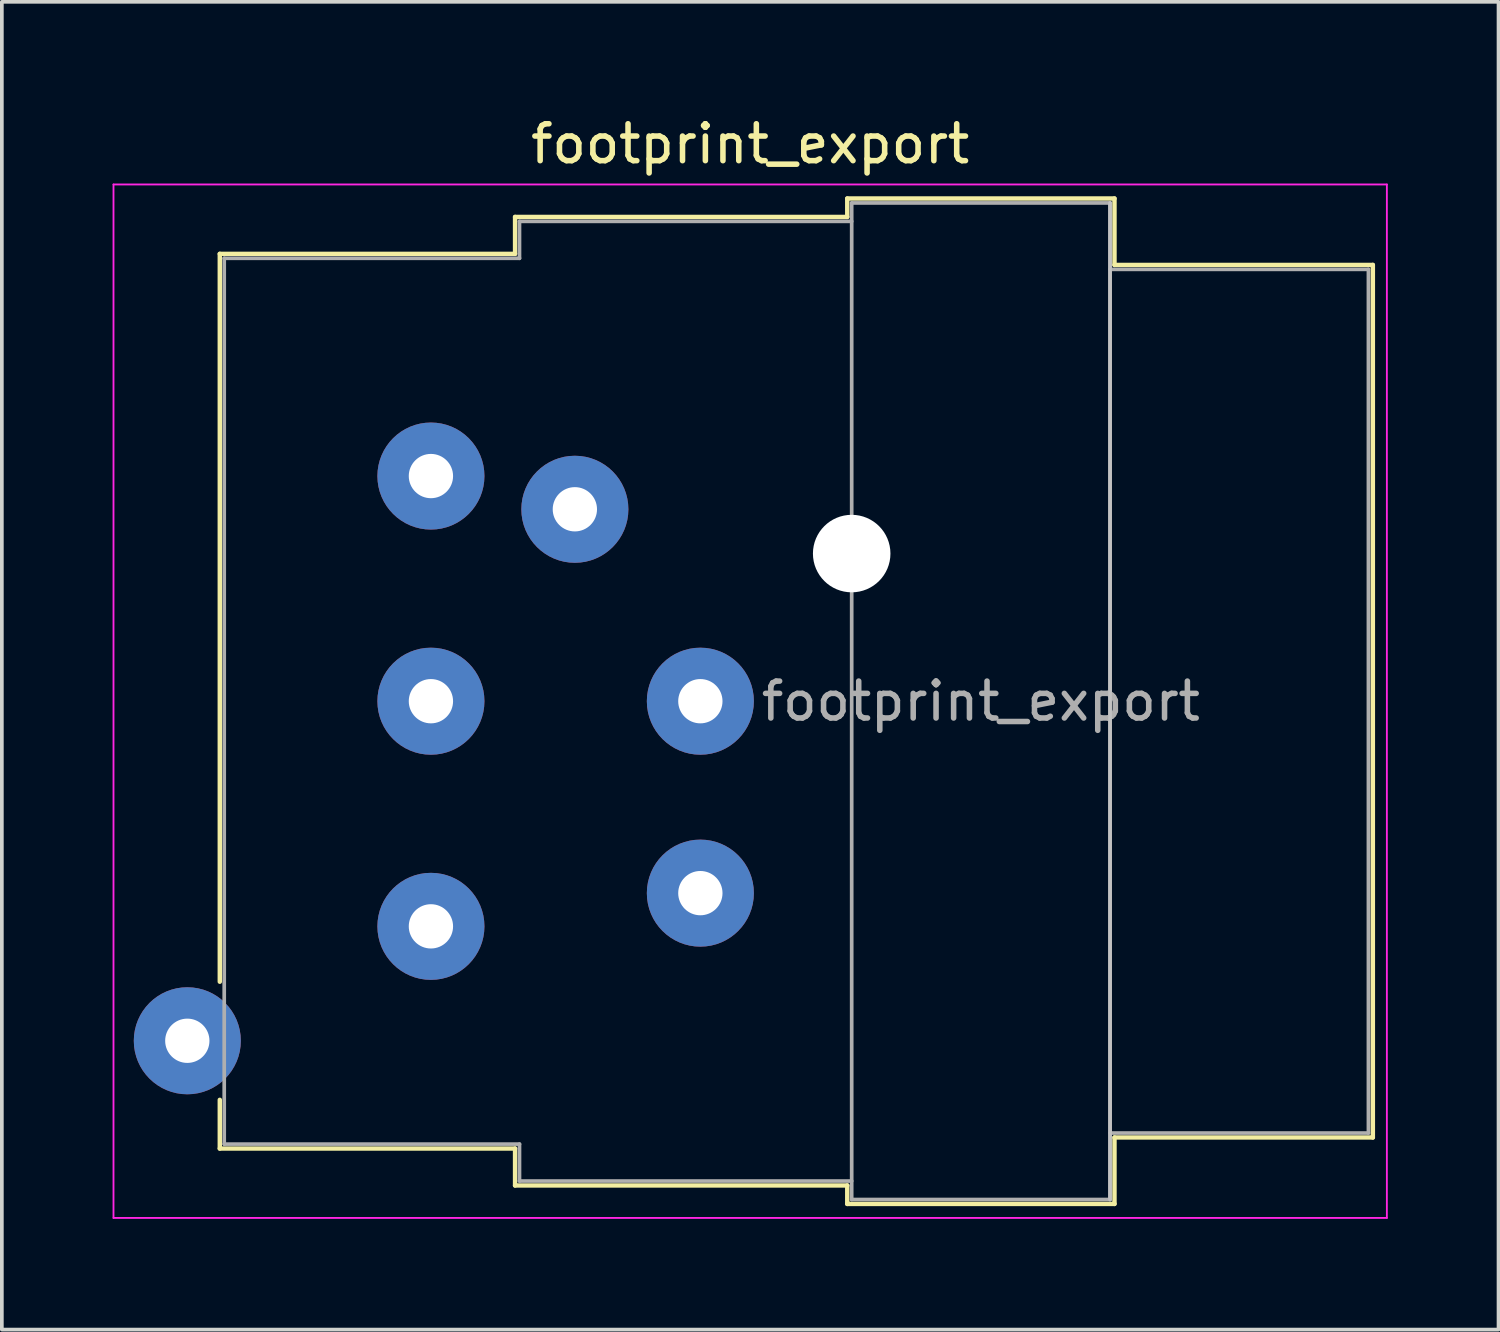
<source format=kicad_pcb>
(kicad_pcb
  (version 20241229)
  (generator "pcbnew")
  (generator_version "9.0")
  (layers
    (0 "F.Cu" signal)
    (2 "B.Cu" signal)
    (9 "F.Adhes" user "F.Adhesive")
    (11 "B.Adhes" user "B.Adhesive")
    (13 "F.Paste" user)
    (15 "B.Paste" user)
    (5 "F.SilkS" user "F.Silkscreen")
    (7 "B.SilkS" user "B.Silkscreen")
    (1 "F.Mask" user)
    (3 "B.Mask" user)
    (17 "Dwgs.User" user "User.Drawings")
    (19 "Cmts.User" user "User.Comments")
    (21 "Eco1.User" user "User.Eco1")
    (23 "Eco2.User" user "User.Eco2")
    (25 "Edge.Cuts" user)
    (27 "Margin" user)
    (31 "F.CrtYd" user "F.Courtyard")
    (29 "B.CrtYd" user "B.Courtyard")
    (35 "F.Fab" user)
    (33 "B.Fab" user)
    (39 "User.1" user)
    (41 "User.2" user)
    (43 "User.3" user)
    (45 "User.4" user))
  (footprint "footprint_export"
    (layer "F.Cu")
    (at 8.625 9.848)
    (property "Reference" "footprint_export" (at 8.65 -9 0) (layer "F.SilkS") (effects (font (size 1 1) (thickness 0.15))))
    (attr through_hole)
    (fp_line (start -5.72 -6.02) (end -5.72 13.7) (stroke (width 0.12) (type solid)) (layer "F.SilkS"))
    (fp_line (start -5.72 16.9) (end -5.72 18.22) (stroke (width 0.12) (type solid)) (layer "F.SilkS"))
    (fp_line (start 2.28 -7.02) (end 2.28 -6.02) (stroke (width 0.12) (type solid)) (layer "F.SilkS"))
    (fp_line (start 2.28 -6.02) (end -5.72 -6.02) (stroke (width 0.12) (type solid)) (layer "F.SilkS"))
    (fp_line (start 2.28 18.22) (end -5.72 18.22) (stroke (width 0.12) (type solid)) (layer "F.SilkS"))
    (fp_line (start 2.28 19.22) (end 2.28 18.22) (stroke (width 0.12) (type solid)) (layer "F.SilkS"))
    (fp_line (start 11.28 -7.02) (end 2.28 -7.02) (stroke (width 0.12) (type solid)) (layer "F.SilkS"))
    (fp_line (start 11.28 -7.02) (end 11.28 -7.52) (stroke (width 0.12) (type solid)) (layer "F.SilkS"))
    (fp_line (start 11.28 19.22) (end 2.28 19.22) (stroke (width 0.12) (type solid)) (layer "F.SilkS"))
    (fp_line (start 11.28 19.72) (end 11.28 19.22) (stroke (width 0.12) (type solid)) (layer "F.SilkS"))
    (fp_line (start 18.52 -7.52) (end 11.28 -7.52) (stroke (width 0.12) (type solid)) (layer "F.SilkS"))
    (fp_line (start 18.52 -7.52) (end 18.52 -5.72) (stroke (width 0.12) (type solid)) (layer "F.SilkS"))
    (fp_line (start 18.52 -5.72) (end 25.52 -5.72) (stroke (width 0.12) (type solid)) (layer "F.SilkS"))
    (fp_line (start 18.52 17.92) (end 18.52 19.72) (stroke (width 0.12) (type solid)) (layer "F.SilkS"))
    (fp_line (start 18.52 17.92) (end 25.52 17.92) (stroke (width 0.12) (type solid)) (layer "F.SilkS"))
    (fp_line (start 18.52 19.72) (end 11.28 19.72) (stroke (width 0.12) (type solid)) (layer "F.SilkS"))
    (fp_line (start 25.52 -5.72) (end 25.52 17.92) (stroke (width 0.12) (type solid)) (layer "F.SilkS"))
    (fp_line (start 18.4 -7.4) (end 18.4 19.6) (stroke (width 0.1) (type solid)) (layer "Dwgs.User"))
    (fp_line (start -8.6 -7.9) (end -8.6 20.1) (stroke (width 0.05) (type solid)) (layer "F.CrtYd"))
    (fp_line (start 25.9 -7.9) (end -8.6 -7.9) (stroke (width 0.05) (type solid)) (layer "F.CrtYd"))
    (fp_line (start 25.9 -7.9) (end 25.9 20.1) (stroke (width 0.05) (type solid)) (layer "F.CrtYd"))
    (fp_line (start 25.9 20.1) (end -8.6 20.1) (stroke (width 0.05) (type solid)) (layer "F.CrtYd"))
    (fp_line (start -5.6 -5.9) (end -5.6 18.1) (stroke (width 0.1) (type solid)) (layer "F.Fab"))
    (fp_line (start -5.6 18.1) (end 2.4 18.1) (stroke (width 0.1) (type solid)) (layer "F.Fab"))
    (fp_line (start 2.4 -6.9) (end 2.4 -5.9) (stroke (width 0.1) (type solid)) (layer "F.Fab"))
    (fp_line (start 2.4 -5.9) (end -5.6 -5.9) (stroke (width 0.1) (type solid)) (layer "F.Fab"))
    (fp_line (start 2.4 18.1) (end 2.4 19.1) (stroke (width 0.1) (type solid)) (layer "F.Fab"))
    (fp_line (start 2.4 19.1) (end 11.4 19.1) (stroke (width 0.1) (type solid)) (layer "F.Fab"))
    (fp_line (start 11.4 -7.4) (end 18.4 -7.4) (stroke (width 0.1) (type solid)) (layer "F.Fab"))
    (fp_line (start 11.4 -6.9) (end 2.4 -6.9) (stroke (width 0.1) (type solid)) (layer "F.Fab"))
    (fp_line (start 11.4 19.6) (end 11.4 -7.4) (stroke (width 0.1) (type solid)) (layer "F.Fab"))
    (fp_line (start 18.4 -7.4) (end 18.4 19.6) (stroke (width 0.1) (type solid)) (layer "F.Fab"))
    (fp_line (start 18.4 -5.6) (end 25.4 -5.6) (stroke (width 0.1) (type solid)) (layer "F.Fab"))
    (fp_line (start 18.4 19.6) (end 11.4 19.6) (stroke (width 0.1) (type solid)) (layer "F.Fab"))
    (fp_line (start 25.4 -5.6) (end 25.4 17.8) (stroke (width 0.1) (type solid)) (layer "F.Fab"))
    (fp_line (start 25.4 17.8) (end 18.4 17.8) (stroke (width 0.1) (type solid)) (layer "F.Fab"))
    (fp_text user "${REFERENCE}" (at 14.9 6.1 0) (layer "F.Fab") (effects (font (size 1 1) (thickness 0.15))))
    (pad "" np_thru_hole circle (at 11.4 2.1) (size 2.1 2.1) (drill 2.1) (layers "*.Cu" "*.Mask"))
    (pad "1" thru_hole circle (at 0 0) (size 2.9 2.9) (drill 1.2) (layers "*.Cu" "*.Mask"))
    (pad "2" thru_hole circle (at 0 12.2) (size 2.9 2.9) (drill 1.2) (layers "*.Cu" "*.Mask"))
    (pad "3" thru_hole circle (at 0 6.1) (size 2.9 2.9) (drill 1.2) (layers "*.Cu" "*.Mask"))
    (pad "G" thru_hole circle (at 7.3 6.1) (size 2.9 2.9) (drill 1.2) (layers "*.Cu" "*.Mask"))
    (pad "R" thru_hole circle (at 3.9 0.9) (size 2.9 2.9) (drill 1.2) (layers "*.Cu" "*.Mask"))
    (pad "S" thru_hole circle (at 7.3 11.3) (size 2.9 2.9) (drill 1.2) (layers "*.Cu" "*.Mask"))
    (pad "T" thru_hole circle (at -6.6 15.3) (size 2.9 2.9) (drill 1.2) (layers "*.Cu" "*.Mask")))
  (gr_rect
    (start -3 -3)
    (end 37.55 32.973)
    (stroke (width 0.1) (type default))
    (fill no)
    (layer "Edge.Cuts")))
</source>
